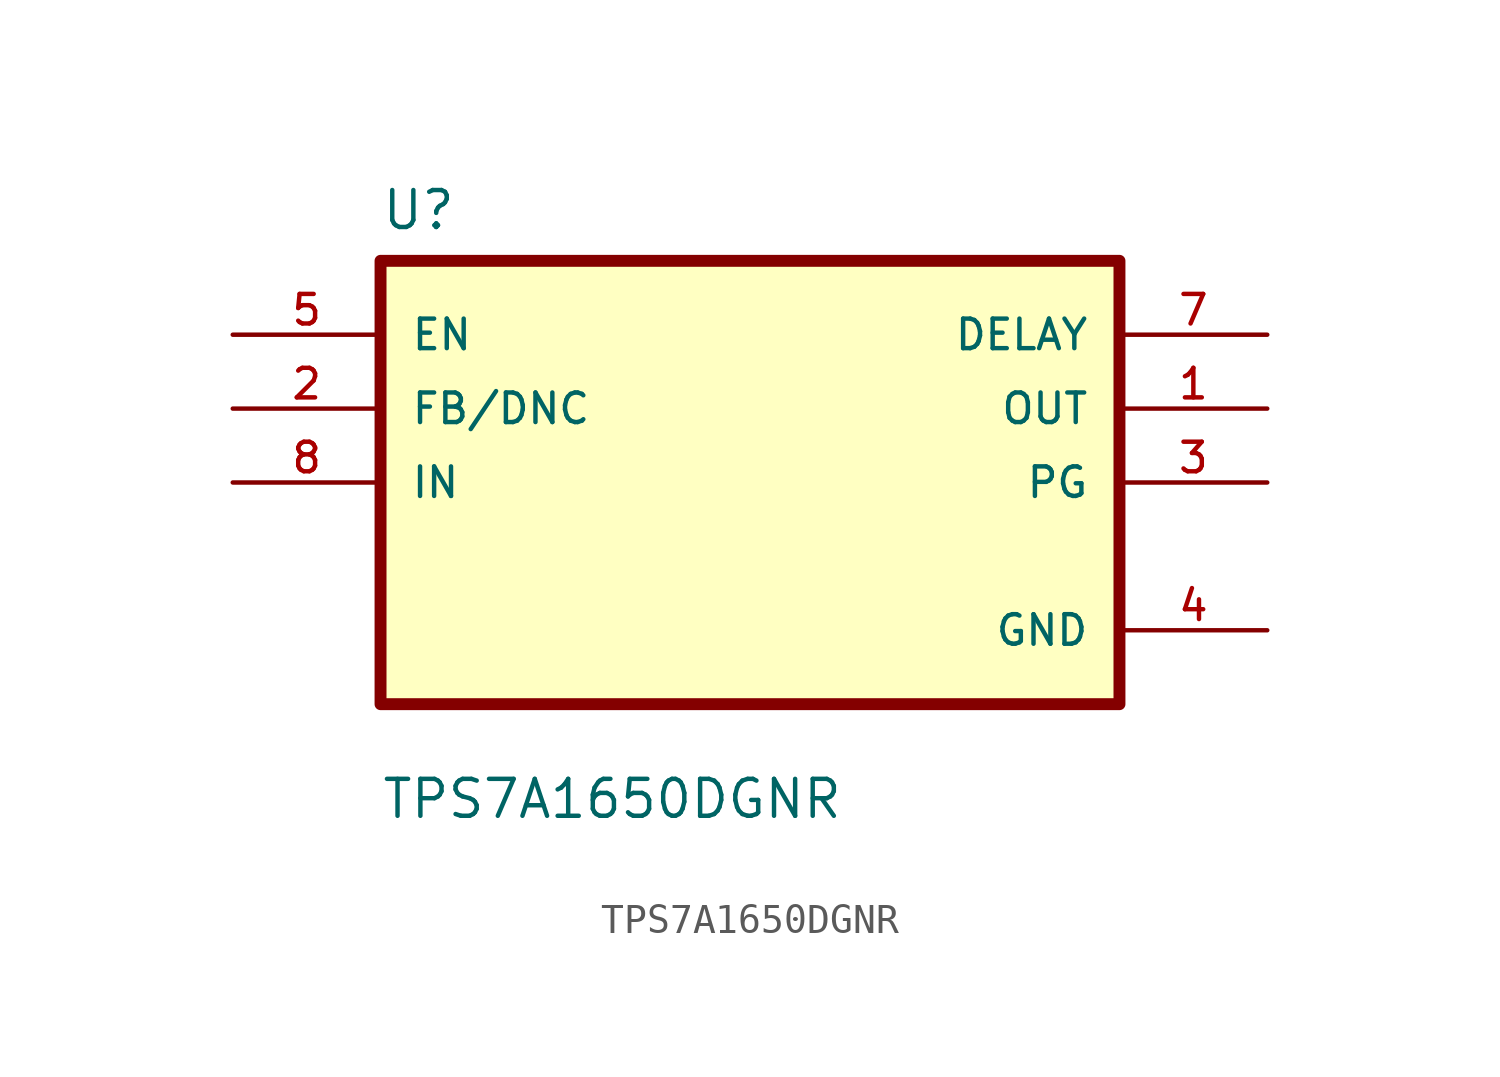
<source format=kicad_sym>
(kicad_symbol_lib
  (version 20211014)
  (generator kicad_symbol_editor)
  (symbol "TPS7A1650DGNR"
    (pin_names
      (offset 1.016))
    (property "Reference" "U"
      (at -12.7 8.62 0.0)
      (effects (font (size 1.27 1.27)) (justify bottom left)))
    (property "Value" "TPS7A1650DGNR"
      (at -12.7 -11.62 0.0)
      (effects (font (size 1.27 1.27)) (justify bottom left)))
    (symbol "TPS7A1650DGNR_0_0"
      (rectangle (start -12.7 -7.62) (end 12.7 7.62) (stroke (width 0.41)) (fill (type background)))
      (pin input line (at -17.78 5.08 0) (length 5.08) (name "EN" (effects (font (size 1.016 1.016)))) (number "5" (effects (font (size 1.016 1.016)))))
      (pin input line (at -17.78 2.54 0) (length 5.08) (name "FB/DNC" (effects (font (size 1.016 1.016)))) (number "2" (effects (font (size 1.016 1.016)))))
      (pin input line (at -17.78 0.0 0) (length 5.08) (name "IN" (effects (font (size 1.016 1.016)))) (number "8" (effects (font (size 1.016 1.016)))))
      (pin output line (at 17.78 5.08 180.0) (length 5.08) (name "DELAY" (effects (font (size 1.016 1.016)))) (number "7" (effects (font (size 1.016 1.016)))))
      (pin output line (at 17.78 2.54 180.0) (length 5.08) (name "OUT" (effects (font (size 1.016 1.016)))) (number "1" (effects (font (size 1.016 1.016)))))
      (pin output line (at 17.78 0.0 180.0) (length 5.08) (name "PG" (effects (font (size 1.016 1.016)))) (number "3" (effects (font (size 1.016 1.016)))))
      (pin power_in line (at 17.78 -5.08 180.0) (length 5.08) (name "GND" (effects (font (size 1.016 1.016)))) (number "4" (effects (font (size 1.016 1.016))))))))
</source>
